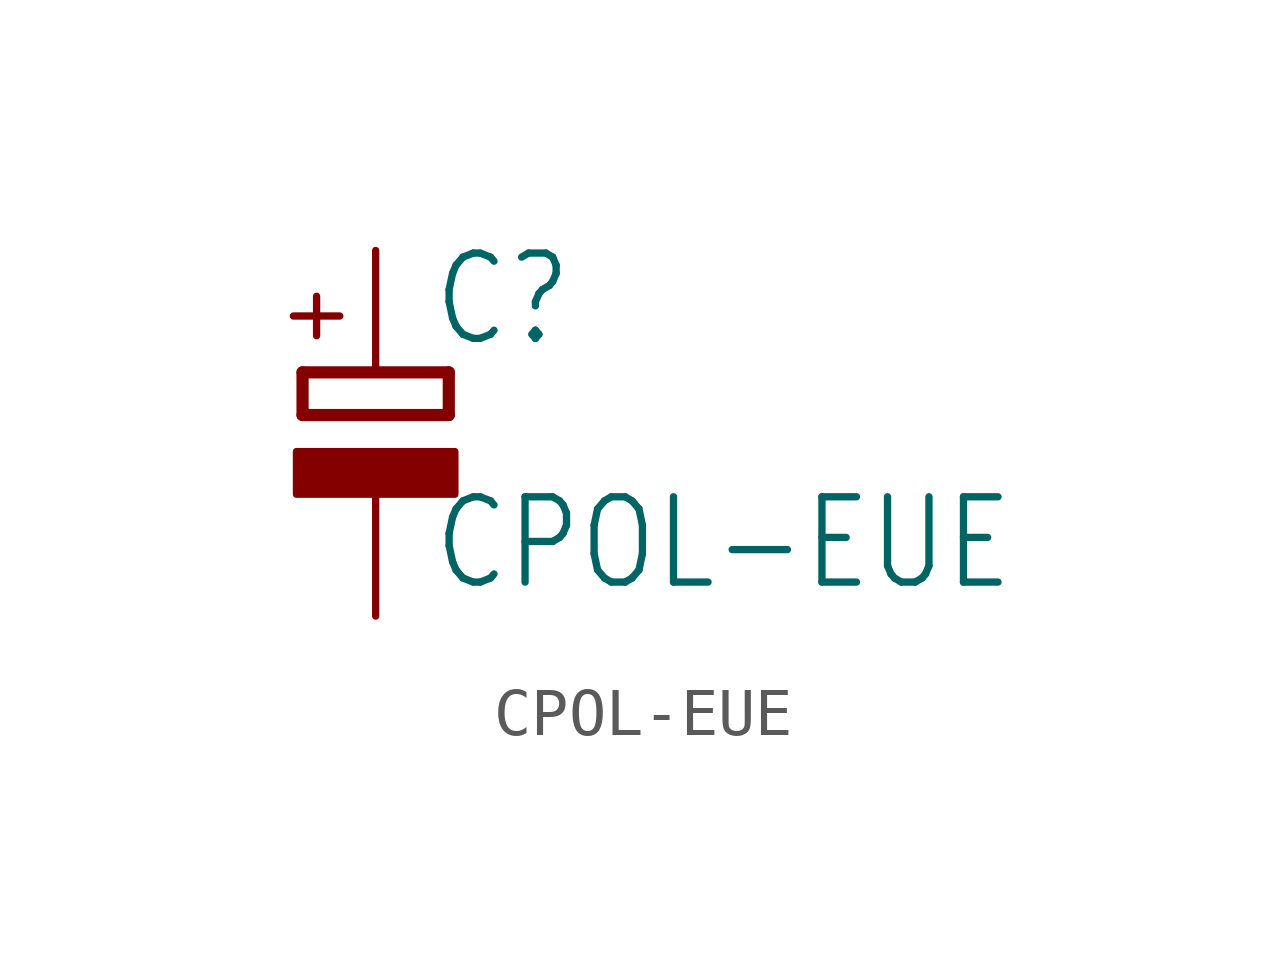
<source format=kicad_sym>
(kicad_symbol_lib
  (version 20220331)
  (generator kicad_symbol_editor)
  (symbol "CPOL-EUE"
    (property "Reference" "C"
      (at 1.143 0.483 0)
      (effects (font (size 1.778 1.511)) (justify left bottom)))
    (property "Value" "CPOL-EUE"
      (at 1.143 -4.597 0)
      (effects (font (size 1.778 1.511)) (justify left bottom)))
    (property "ki_locked" ""
      (at 0 0 0)
      (effects (font (size 1.27 1.27))))
    (symbol "CPOL-EUE_1_0"
      (rectangle (start -1.651 -2.54) (end 1.651 -1.651) (stroke (width 0) (type default)) (fill (type outline)))
      (polyline (pts (xy -1.524 -0.889) (xy 1.524 -0.889)) (stroke (width 0.254) (type solid)) (fill (type none)))
      (polyline (pts (xy -1.524 0) (xy -1.524 -0.889)) (stroke (width 0.254) (type solid)) (fill (type none)))
      (polyline (pts (xy -1.524 0) (xy 1.524 0)) (stroke (width 0.254) (type solid)) (fill (type none)))
      (polyline (pts (xy 1.524 -0.889) (xy 1.524 0)) (stroke (width 0.254) (type solid)) (fill (type none)))
      (text "+" (at -0.584 0.406 900) (effects (font (size 1.27 1.079)) (justify left bottom)))
      (pin passive line (at 0 2.54 270) (length 2.54) (name "+" (effects (font (size 0 0)))) (number "+" (effects (font (size 0 0)))))
      (pin passive line (at 0 -5.08 90) (length 2.54) (name "-" (effects (font (size 0 0)))) (number "-" (effects (font (size 0 0))))))))
</source>
